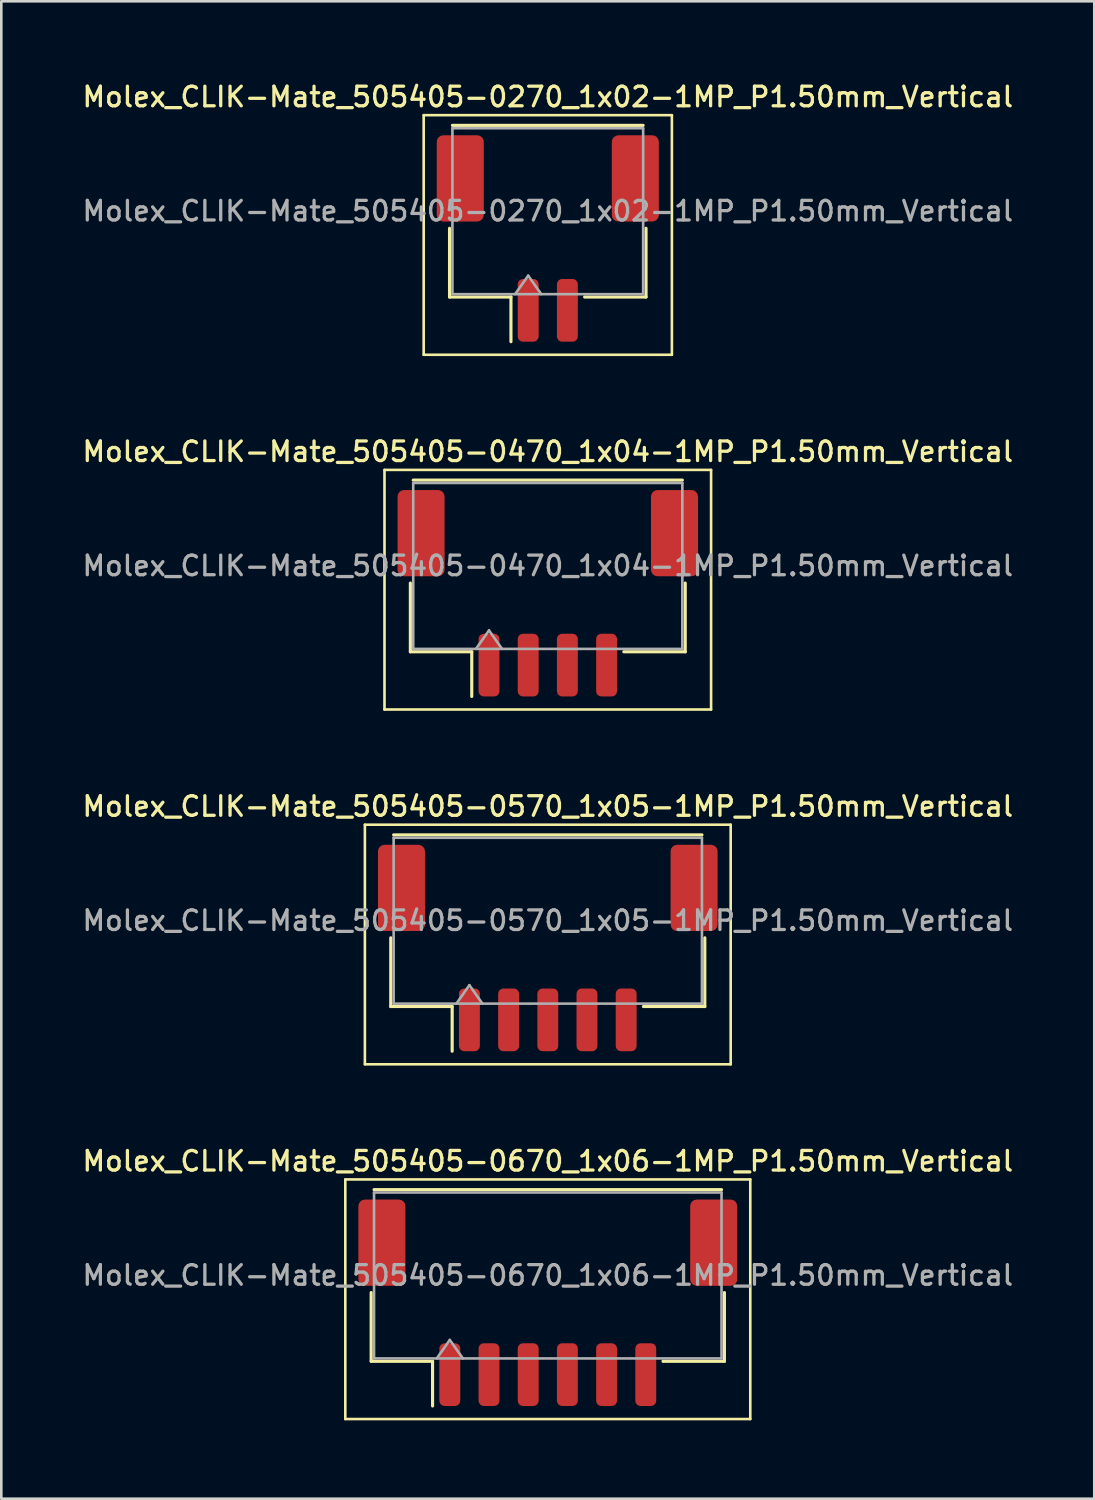
<source format=kicad_pcb>
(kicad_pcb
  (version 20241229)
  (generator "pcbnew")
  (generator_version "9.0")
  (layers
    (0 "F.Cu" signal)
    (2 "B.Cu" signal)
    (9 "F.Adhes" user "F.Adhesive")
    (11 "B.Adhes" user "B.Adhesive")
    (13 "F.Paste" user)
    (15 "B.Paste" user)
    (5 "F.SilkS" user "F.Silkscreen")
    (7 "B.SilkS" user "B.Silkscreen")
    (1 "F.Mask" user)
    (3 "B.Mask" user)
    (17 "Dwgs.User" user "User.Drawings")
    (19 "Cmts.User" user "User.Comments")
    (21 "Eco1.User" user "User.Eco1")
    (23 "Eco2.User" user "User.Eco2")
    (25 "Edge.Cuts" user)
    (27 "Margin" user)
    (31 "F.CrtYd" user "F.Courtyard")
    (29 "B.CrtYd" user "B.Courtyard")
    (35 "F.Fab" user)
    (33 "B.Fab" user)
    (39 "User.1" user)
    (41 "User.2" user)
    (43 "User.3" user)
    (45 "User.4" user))
  (footprint "Molex_CLIK-Mate_505405-0670_1x06-1MP_P1.50mm_Vertical"
    (layer "F.Cu")
    (at 17.916 46.812)
    (property "Reference" "Molex_CLIK-Mate_505405-0670_1x06-1MP_P1.50mm_Vertical" (at 0 -5.42 0) (layer "F.SilkS") (effects (font (size 0.75 0.75) (thickness 0.125))))
    (attr smd)
    (fp_line (start -7.75 -4.72) (end -7.75 4.45) (stroke (width 0.1) (type solid)) (layer "F.SilkS"))
    (fp_line (start -7.75 4.45) (end 7.75 4.45) (stroke (width 0.1) (type solid)) (layer "F.SilkS"))
    (fp_line (start -6.76 -0.39) (end -6.76 2.24) (stroke (width 0.12) (type solid)) (layer "F.SilkS"))
    (fp_line (start -6.76 2.24) (end -4.41 2.24) (stroke (width 0.12) (type solid)) (layer "F.SilkS"))
    (fp_line (start -6.65 -4.33) (end 6.65 -4.33) (stroke (width 0.12) (type solid)) (layer "F.SilkS"))
    (fp_line (start -4.41 2.24) (end -4.41 3.95) (stroke (width 0.12) (type solid)) (layer "F.SilkS"))
    (fp_line (start 6.76 -0.39) (end 6.76 2.24) (stroke (width 0.12) (type solid)) (layer "F.SilkS"))
    (fp_line (start 6.76 2.24) (end 4.41 2.24) (stroke (width 0.12) (type solid)) (layer "F.SilkS"))
    (fp_line (start 7.75 -4.72) (end -7.75 -4.72) (stroke (width 0.1) (type solid)) (layer "F.SilkS"))
    (fp_line (start 7.75 4.45) (end 7.75 -4.72) (stroke (width 0.1) (type solid)) (layer "F.SilkS"))
    (fp_line (start -6.65 -4.22) (end 6.65 -4.22) (stroke (width 0.1) (type solid)) (layer "F.Fab"))
    (fp_line (start -6.65 2.13) (end -6.65 -4.22) (stroke (width 0.1) (type solid)) (layer "F.Fab"))
    (fp_line (start -6.65 2.13) (end 6.65 2.13) (stroke (width 0.1) (type solid)) (layer "F.Fab"))
    (fp_line (start -4.25 2.13) (end -3.75 1.423) (stroke (width 0.1) (type solid)) (layer "F.Fab"))
    (fp_line (start -3.75 1.423) (end -3.25 2.13) (stroke (width 0.1) (type solid)) (layer "F.Fab"))
    (fp_line (start 6.65 2.13) (end 6.65 -4.22) (stroke (width 0.1) (type solid)) (layer "F.Fab"))
    (fp_text user "${REFERENCE}" (at 0 -1.05 0) (layer "F.Fab") (effects (font (size 0.75 0.75) (thickness 0.125))))
    (pad "1" smd roundrect (at -3.75 2.75) (size 0.8 2.4) (layers "F.Cu" "F.Mask" "F.Paste") (roundrect_rratio 0.25))
    (pad "2" smd roundrect (at -2.25 2.75) (size 0.8 2.4) (layers "F.Cu" "F.Mask" "F.Paste") (roundrect_rratio 0.25))
    (pad "3" smd roundrect (at -0.75 2.75) (size 0.8 2.4) (layers "F.Cu" "F.Mask" "F.Paste") (roundrect_rratio 0.25))
    (pad "4" smd roundrect (at 0.75 2.75) (size 0.8 2.4) (layers "F.Cu" "F.Mask" "F.Paste") (roundrect_rratio 0.25))
    (pad "5" smd roundrect (at 2.25 2.75) (size 0.8 2.4) (layers "F.Cu" "F.Mask" "F.Paste") (roundrect_rratio 0.25))
    (pad "6" smd roundrect (at 3.75 2.75) (size 0.8 2.4) (layers "F.Cu" "F.Mask" "F.Paste") (roundrect_rratio 0.25))
    (pad "MP" smd roundrect (at -6.35 -2.3) (size 1.8 3.3) (layers "F.Cu" "F.Mask" "F.Paste") (roundrect_rratio 0.139))
    (pad "MP" smd roundrect (at 6.35 -2.3) (size 1.8 3.3) (layers "F.Cu" "F.Mask" "F.Paste") (roundrect_rratio 0.139)))
  (footprint "Molex_CLIK-Mate_505405-0570_1x05-1MP_P1.50mm_Vertical"
    (layer "F.Cu")
    (at 17.916 33.234)
    (property "Reference" "Molex_CLIK-Mate_505405-0570_1x05-1MP_P1.50mm_Vertical" (at 0 -5.42 0) (layer "F.SilkS") (effects (font (size 0.75 0.75) (thickness 0.125))))
    (attr smd)
    (fp_line (start -7 -4.72) (end -7 4.45) (stroke (width 0.1) (type solid)) (layer "F.SilkS"))
    (fp_line (start -7 4.45) (end 7 4.45) (stroke (width 0.1) (type solid)) (layer "F.SilkS"))
    (fp_line (start -6.01 -0.39) (end -6.01 2.24) (stroke (width 0.12) (type solid)) (layer "F.SilkS"))
    (fp_line (start -6.01 2.24) (end -3.66 2.24) (stroke (width 0.12) (type solid)) (layer "F.SilkS"))
    (fp_line (start -5.9 -4.33) (end 5.9 -4.33) (stroke (width 0.12) (type solid)) (layer "F.SilkS"))
    (fp_line (start -3.66 2.24) (end -3.66 3.95) (stroke (width 0.12) (type solid)) (layer "F.SilkS"))
    (fp_line (start 6.01 -0.39) (end 6.01 2.24) (stroke (width 0.12) (type solid)) (layer "F.SilkS"))
    (fp_line (start 6.01 2.24) (end 3.66 2.24) (stroke (width 0.12) (type solid)) (layer "F.SilkS"))
    (fp_line (start 7 -4.72) (end -7 -4.72) (stroke (width 0.1) (type solid)) (layer "F.SilkS"))
    (fp_line (start 7 4.45) (end 7 -4.72) (stroke (width 0.1) (type solid)) (layer "F.SilkS"))
    (fp_line (start -5.9 -4.22) (end 5.9 -4.22) (stroke (width 0.1) (type solid)) (layer "F.Fab"))
    (fp_line (start -5.9 2.13) (end -5.9 -4.22) (stroke (width 0.1) (type solid)) (layer "F.Fab"))
    (fp_line (start -5.9 2.13) (end 5.9 2.13) (stroke (width 0.1) (type solid)) (layer "F.Fab"))
    (fp_line (start -3.5 2.13) (end -3 1.423) (stroke (width 0.1) (type solid)) (layer "F.Fab"))
    (fp_line (start -3 1.423) (end -2.5 2.13) (stroke (width 0.1) (type solid)) (layer "F.Fab"))
    (fp_line (start 5.9 2.13) (end 5.9 -4.22) (stroke (width 0.1) (type solid)) (layer "F.Fab"))
    (fp_text user "${REFERENCE}" (at 0 -1.05 0) (layer "F.Fab") (effects (font (size 0.75 0.75) (thickness 0.125))))
    (pad "1" smd roundrect (at -3 2.75) (size 0.8 2.4) (layers "F.Cu" "F.Mask" "F.Paste") (roundrect_rratio 0.25))
    (pad "2" smd roundrect (at -1.5 2.75) (size 0.8 2.4) (layers "F.Cu" "F.Mask" "F.Paste") (roundrect_rratio 0.25))
    (pad "3" smd roundrect (at 0 2.75) (size 0.8 2.4) (layers "F.Cu" "F.Mask" "F.Paste") (roundrect_rratio 0.25))
    (pad "4" smd roundrect (at 1.5 2.75) (size 0.8 2.4) (layers "F.Cu" "F.Mask" "F.Paste") (roundrect_rratio 0.25))
    (pad "5" smd roundrect (at 3 2.75) (size 0.8 2.4) (layers "F.Cu" "F.Mask" "F.Paste") (roundrect_rratio 0.25))
    (pad "MP" smd roundrect (at -5.6 -2.3) (size 1.8 3.3) (layers "F.Cu" "F.Mask" "F.Paste") (roundrect_rratio 0.139))
    (pad "MP" smd roundrect (at 5.6 -2.3) (size 1.8 3.3) (layers "F.Cu" "F.Mask" "F.Paste") (roundrect_rratio 0.139)))
  (footprint "Molex_CLIK-Mate_505405-0270_1x02-1MP_P1.50mm_Vertical"
    (layer "F.Cu")
    (at 17.916 6.078)
    (property "Reference" "Molex_CLIK-Mate_505405-0270_1x02-1MP_P1.50mm_Vertical" (at 0 -5.42 0) (layer "F.SilkS") (effects (font (size 0.75 0.75) (thickness 0.125))))
    (attr smd)
    (fp_line (start -4.75 -4.72) (end -4.75 4.45) (stroke (width 0.1) (type solid)) (layer "F.SilkS"))
    (fp_line (start -4.75 4.45) (end 4.75 4.45) (stroke (width 0.1) (type solid)) (layer "F.SilkS"))
    (fp_line (start -3.76 -0.39) (end -3.76 2.24) (stroke (width 0.12) (type solid)) (layer "F.SilkS"))
    (fp_line (start -3.76 2.24) (end -1.41 2.24) (stroke (width 0.12) (type solid)) (layer "F.SilkS"))
    (fp_line (start -3.65 -4.33) (end 3.65 -4.33) (stroke (width 0.12) (type solid)) (layer "F.SilkS"))
    (fp_line (start -1.41 2.24) (end -1.41 3.95) (stroke (width 0.12) (type solid)) (layer "F.SilkS"))
    (fp_line (start 3.76 -0.39) (end 3.76 2.24) (stroke (width 0.12) (type solid)) (layer "F.SilkS"))
    (fp_line (start 3.76 2.24) (end 1.41 2.24) (stroke (width 0.12) (type solid)) (layer "F.SilkS"))
    (fp_line (start 4.75 -4.72) (end -4.75 -4.72) (stroke (width 0.1) (type solid)) (layer "F.SilkS"))
    (fp_line (start 4.75 4.45) (end 4.75 -4.72) (stroke (width 0.1) (type solid)) (layer "F.SilkS"))
    (fp_line (start -3.65 -4.22) (end 3.65 -4.22) (stroke (width 0.1) (type solid)) (layer "F.Fab"))
    (fp_line (start -3.65 2.13) (end -3.65 -4.22) (stroke (width 0.1) (type solid)) (layer "F.Fab"))
    (fp_line (start -3.65 2.13) (end 3.65 2.13) (stroke (width 0.1) (type solid)) (layer "F.Fab"))
    (fp_line (start -1.25 2.13) (end -0.75 1.423) (stroke (width 0.1) (type solid)) (layer "F.Fab"))
    (fp_line (start -0.75 1.423) (end -0.25 2.13) (stroke (width 0.1) (type solid)) (layer "F.Fab"))
    (fp_line (start 3.65 2.13) (end 3.65 -4.22) (stroke (width 0.1) (type solid)) (layer "F.Fab"))
    (fp_text user "${REFERENCE}" (at 0 -1.05 0) (layer "F.Fab") (effects (font (size 0.75 0.75) (thickness 0.125))))
    (pad "1" smd roundrect (at -0.75 2.75) (size 0.8 2.4) (layers "F.Cu" "F.Mask" "F.Paste") (roundrect_rratio 0.25))
    (pad "2" smd roundrect (at 0.75 2.75) (size 0.8 2.4) (layers "F.Cu" "F.Mask" "F.Paste") (roundrect_rratio 0.25))
    (pad "MP" smd roundrect (at -3.35 -2.3) (size 1.8 3.3) (layers "F.Cu" "F.Mask" "F.Paste") (roundrect_rratio 0.139))
    (pad "MP" smd roundrect (at 3.35 -2.3) (size 1.8 3.3) (layers "F.Cu" "F.Mask" "F.Paste") (roundrect_rratio 0.139)))
  (footprint "Molex_CLIK-Mate_505405-0470_1x04-1MP_P1.50mm_Vertical"
    (layer "F.Cu")
    (at 17.916 19.656)
    (property "Reference" "Molex_CLIK-Mate_505405-0470_1x04-1MP_P1.50mm_Vertical" (at 0 -5.42 0) (layer "F.SilkS") (effects (font (size 0.75 0.75) (thickness 0.125))))
    (attr smd)
    (fp_line (start -6.25 -4.72) (end -6.25 4.45) (stroke (width 0.1) (type solid)) (layer "F.SilkS"))
    (fp_line (start -6.25 4.45) (end 6.25 4.45) (stroke (width 0.1) (type solid)) (layer "F.SilkS"))
    (fp_line (start -5.26 -0.39) (end -5.26 2.24) (stroke (width 0.12) (type solid)) (layer "F.SilkS"))
    (fp_line (start -5.26 2.24) (end -2.91 2.24) (stroke (width 0.12) (type solid)) (layer "F.SilkS"))
    (fp_line (start -5.15 -4.33) (end 5.15 -4.33) (stroke (width 0.12) (type solid)) (layer "F.SilkS"))
    (fp_line (start -2.91 2.24) (end -2.91 3.95) (stroke (width 0.12) (type solid)) (layer "F.SilkS"))
    (fp_line (start 5.26 -0.39) (end 5.26 2.24) (stroke (width 0.12) (type solid)) (layer "F.SilkS"))
    (fp_line (start 5.26 2.24) (end 2.91 2.24) (stroke (width 0.12) (type solid)) (layer "F.SilkS"))
    (fp_line (start 6.25 -4.72) (end -6.25 -4.72) (stroke (width 0.1) (type solid)) (layer "F.SilkS"))
    (fp_line (start 6.25 4.45) (end 6.25 -4.72) (stroke (width 0.1) (type solid)) (layer "F.SilkS"))
    (fp_line (start -5.15 -4.22) (end 5.15 -4.22) (stroke (width 0.1) (type solid)) (layer "F.Fab"))
    (fp_line (start -5.15 2.13) (end -5.15 -4.22) (stroke (width 0.1) (type solid)) (layer "F.Fab"))
    (fp_line (start -5.15 2.13) (end 5.15 2.13) (stroke (width 0.1) (type solid)) (layer "F.Fab"))
    (fp_line (start -2.75 2.13) (end -2.25 1.423) (stroke (width 0.1) (type solid)) (layer "F.Fab"))
    (fp_line (start -2.25 1.423) (end -1.75 2.13) (stroke (width 0.1) (type solid)) (layer "F.Fab"))
    (fp_line (start 5.15 2.13) (end 5.15 -4.22) (stroke (width 0.1) (type solid)) (layer "F.Fab"))
    (fp_text user "${REFERENCE}" (at 0 -1.05 0) (layer "F.Fab") (effects (font (size 0.75 0.75) (thickness 0.125))))
    (pad "1" smd roundrect (at -2.25 2.75) (size 0.8 2.4) (layers "F.Cu" "F.Mask" "F.Paste") (roundrect_rratio 0.25))
    (pad "2" smd roundrect (at -0.75 2.75) (size 0.8 2.4) (layers "F.Cu" "F.Mask" "F.Paste") (roundrect_rratio 0.25))
    (pad "3" smd roundrect (at 0.75 2.75) (size 0.8 2.4) (layers "F.Cu" "F.Mask" "F.Paste") (roundrect_rratio 0.25))
    (pad "4" smd roundrect (at 2.25 2.75) (size 0.8 2.4) (layers "F.Cu" "F.Mask" "F.Paste") (roundrect_rratio 0.25))
    (pad "MP" smd roundrect (at -4.85 -2.3) (size 1.8 3.3) (layers "F.Cu" "F.Mask" "F.Paste") (roundrect_rratio 0.139))
    (pad "MP" smd roundrect (at 4.85 -2.3) (size 1.8 3.3) (layers "F.Cu" "F.Mask" "F.Paste") (roundrect_rratio 0.139)))
  (gr_rect
    (start -3 -3)
    (end 38.832 54.312)
    (stroke (width 0.1) (type default))
    (fill no)
    (layer "Edge.Cuts")))
</source>
